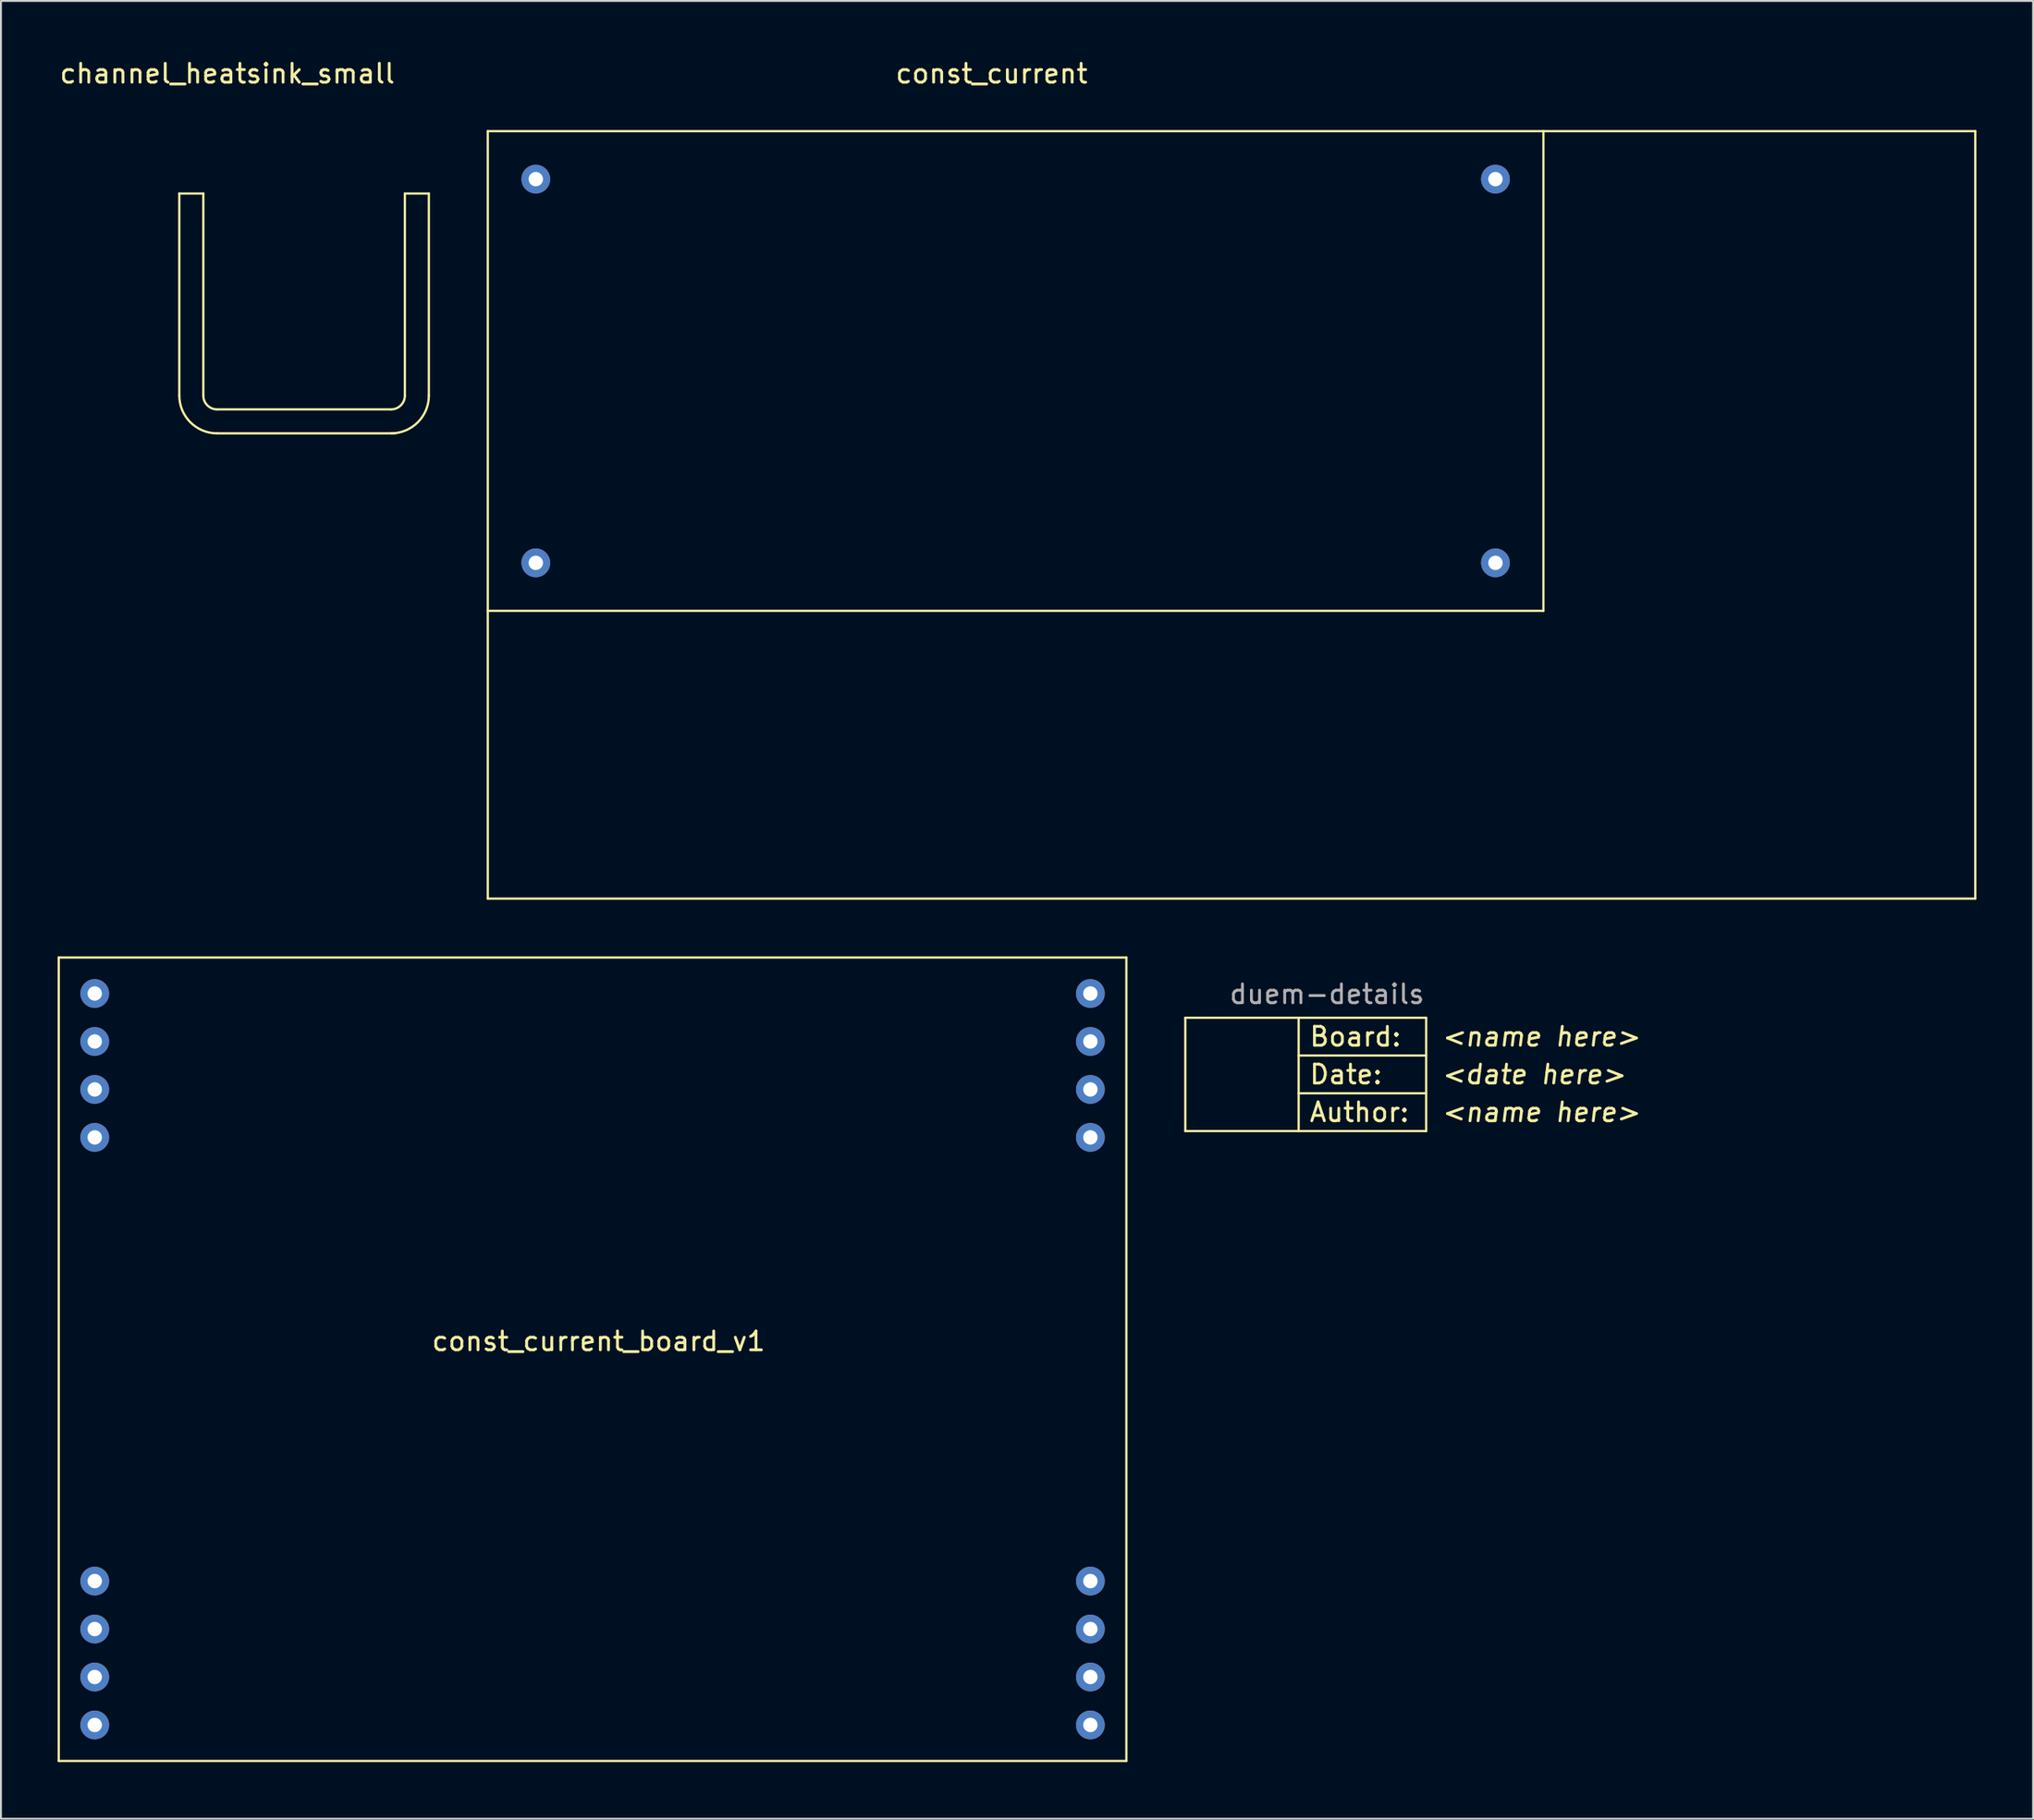
<source format=kicad_pcb>
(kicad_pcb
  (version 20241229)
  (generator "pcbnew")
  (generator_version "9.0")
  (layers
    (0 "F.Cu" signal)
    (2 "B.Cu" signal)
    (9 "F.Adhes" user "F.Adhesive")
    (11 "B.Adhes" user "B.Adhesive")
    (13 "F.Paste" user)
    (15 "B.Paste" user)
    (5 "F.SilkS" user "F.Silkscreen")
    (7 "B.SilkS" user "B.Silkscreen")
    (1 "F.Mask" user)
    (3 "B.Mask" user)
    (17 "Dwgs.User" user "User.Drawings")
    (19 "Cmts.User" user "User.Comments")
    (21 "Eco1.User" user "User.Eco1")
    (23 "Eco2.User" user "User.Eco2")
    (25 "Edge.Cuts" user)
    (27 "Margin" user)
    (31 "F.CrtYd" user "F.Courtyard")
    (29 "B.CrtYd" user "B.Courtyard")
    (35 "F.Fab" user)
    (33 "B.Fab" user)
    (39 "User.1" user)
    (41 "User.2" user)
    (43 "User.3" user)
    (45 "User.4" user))
  (footprint "channel_heatsink_small"
    (layer "F.Cu")
    (at 6.442 19.898)
    (property "Reference" "channel_heatsink_small" (at 2.54 -19.05 0) (layer "F.SilkS") (effects (font (size 1 1) (thickness 0.15))))
    (attr through_hole)
    (fp_line (start 0 -12.7) (end 1.27 -12.7) (stroke (width 0.12) (type solid)) (layer "F.SilkS"))
    (fp_line (start 0 -2) (end 0 -12.7) (stroke (width 0.12) (type solid)) (layer "F.SilkS"))
    (fp_line (start 1.27 -2) (end 1.27 -12.7) (stroke (width 0.12) (type solid)) (layer "F.SilkS"))
    (fp_line (start 2 -1.27) (end 11.21 -1.27) (stroke (width 0.12) (type solid)) (layer "F.SilkS"))
    (fp_line (start 2 0) (end 11.43 0) (stroke (width 0.12) (type solid)) (layer "F.SilkS"))
    (fp_line (start 11.94 -12.7) (end 13.21 -12.7) (stroke (width 0.12) (type solid)) (layer "F.SilkS"))
    (fp_line (start 11.94 -2) (end 11.94 -12.7) (stroke (width 0.12) (type solid)) (layer "F.SilkS"))
    (fp_line (start 13.21 -2) (end 13.21 -12.7) (stroke (width 0.12) (type solid)) (layer "F.SilkS"))
    (fp_arc (start 2 -1.27) (mid 1.483812 -1.483812) (end 1.27 -2) (stroke (width 0.12) (type solid)) (layer "F.SilkS"))
    (fp_arc (start 2 0) (mid 0.585786 -0.585786) (end 0 -2) (stroke (width 0.12) (type solid)) (layer "F.SilkS"))
    (fp_arc (start 11.94 -2) (mid 11.726188 -1.483812) (end 11.21 -1.27) (stroke (width 0.12) (type solid)) (layer "F.SilkS"))
    (fp_arc (start 13.21 -2) (mid 12.624214 -0.585786) (end 11.21 0) (stroke (width 0.12) (type solid)) (layer "F.SilkS")))
  (footprint "duem-details"
    (layer "F.Cu")
    (at 65.945 47.846)
    (property "Reference" "duem-details" (at 1.25 1.75 0) (layer "F.Fab") (effects (font (size 1 1) (thickness 0.15))))
    (attr through_hole)
    (fp_line (start -6.25 3) (end -6.25 9) (stroke (width 0.12) (type solid)) (layer "F.SilkS"))
    (fp_line (start -6.25 9) (end -0.25 9) (stroke (width 0.12) (type solid)) (layer "F.SilkS"))
    (fp_line (start -0.25 3) (end -6.25 3) (stroke (width 0.12) (type solid)) (layer "F.SilkS"))
    (fp_line (start -0.25 3) (end -0.25 9) (stroke (width 0.12) (type solid)) (layer "F.SilkS"))
    (fp_line (start -0.25 5) (end 6.5 5) (stroke (width 0.12) (type solid)) (layer "F.SilkS"))
    (fp_line (start -0.25 7) (end 6.5 7) (stroke (width 0.12) (type solid)) (layer "F.SilkS"))
    (fp_line (start -0.25 9) (end 6.5 9) (stroke (width 0.12) (type solid)) (layer "F.SilkS"))
    (fp_line (start 6.5 3) (end -0.25 3) (stroke (width 0.12) (type solid)) (layer "F.SilkS"))
    (fp_line (start 6.5 3) (end 6.5 9) (stroke (width 0.12) (type solid)) (layer "F.SilkS"))
    (fp_text user "Author:" (at 0.25 8 0) (layer "F.SilkS") (effects (font (size 1 1) (thickness 0.15)) (justify left)))
    (fp_text user "<name here>" (at 7.25 8 0) (layer "F.SilkS") (effects (font (size 1 1) (thickness 0.15) (italic yes)) (justify left)))
    (fp_text user "<name here>" (at 7.25 4 0) (layer "F.SilkS") (effects (font (size 1 1) (thickness 0.15) (italic yes)) (justify left)))
    (fp_text user "<date here>" (at 7.25 6 0) (layer "F.SilkS") (effects (font (size 1 1) (thickness 0.15) (italic yes)) (justify left)))
    (fp_text user "Board:" (at 0.25 4 0) (layer "F.SilkS") (effects (font (size 1 1) (thickness 0.15)) (justify left)))
    (fp_text user "Date:" (at 0.25 6 0) (layer "F.SilkS") (effects (font (size 1 1) (thickness 0.15)) (justify left))))
  (footprint "const_current"
    (layer "F.Cu")
    (at 50.712 16.596)
    (property "Reference" "const_current" (at -1.27 -15.748 0) (layer "F.SilkS") (effects (font (size 1 1) (thickness 0.15))))
    (attr through_hole)
    (fp_line (start -27.94 -12.7) (end 27.94 -12.7) (stroke (width 0.12) (type solid)) (layer "F.SilkS"))
    (fp_line (start -27.94 12.7) (end -27.94 -12.7) (stroke (width 0.12) (type solid)) (layer "F.SilkS"))
    (fp_line (start -27.94 27.94) (end -27.94 12.7) (stroke (width 0.12) (type solid)) (layer "F.SilkS"))
    (fp_line (start 27.94 -12.7) (end 27.94 12.7) (stroke (width 0.12) (type solid)) (layer "F.SilkS"))
    (fp_line (start 27.94 -12.7) (end 50.8 -12.7) (stroke (width 0.12) (type solid)) (layer "F.SilkS"))
    (fp_line (start 27.94 12.7) (end -27.94 12.7) (stroke (width 0.12) (type solid)) (layer "F.SilkS"))
    (fp_line (start 50.8 -12.7) (end 50.8 27.94) (stroke (width 0.12) (type solid)) (layer "F.SilkS"))
    (fp_line (start 50.8 27.94) (end -27.94 27.94) (stroke (width 0.12) (type solid)) (layer "F.SilkS"))
    (pad "1" thru_hole circle (at -25.4 -10.16) (size 1.524 1.524) (drill 0.762) (layers "*.Cu" "*.Mask"))
    (pad "2" thru_hole circle (at -25.4 10.16) (size 1.524 1.524) (drill 0.762) (layers "*.Cu" "*.Mask"))
    (pad "3" thru_hole circle (at 25.4 -10.16) (size 1.524 1.524) (drill 0.762) (layers "*.Cu" "*.Mask"))
    (pad "4" thru_hole circle (at 25.4 10.16) (size 1.524 1.524) (drill 0.762) (layers "*.Cu" "*.Mask")))
  (footprint "const_current_board_v1"
    (layer "F.Cu")
    (at 1.965 49.561)
    (property "Reference" "const_current_board_v1" (at 26.67 18.415 0) (layer "F.SilkS") (effects (font (size 1 1) (thickness 0.15))))
    (attr through_hole)
    (fp_line (start -1.905 -1.905) (end 54.61 -1.905) (stroke (width 0.12) (type solid)) (layer "F.SilkS"))
    (fp_line (start -1.905 40.64) (end -1.905 -1.905) (stroke (width 0.12) (type solid)) (layer "F.SilkS"))
    (fp_line (start 54.61 -1.905) (end 54.61 40.64) (stroke (width 0.12) (type solid)) (layer "F.SilkS"))
    (fp_line (start 54.61 40.64) (end -1.905 40.64) (stroke (width 0.12) (type solid)) (layer "F.SilkS"))
    (pad "1" thru_hole circle (at 0 31.115) (size 1.524 1.524) (drill 0.762) (layers "*.Cu" "*.Mask"))
    (pad "1" thru_hole circle (at 0 33.655) (size 1.524 1.524) (drill 0.762) (layers "*.Cu" "*.Mask"))
    (pad "1" thru_hole circle (at 0 36.195) (size 1.524 1.524) (drill 0.762) (layers "*.Cu" "*.Mask"))
    (pad "1" thru_hole circle (at 0 38.735) (size 1.524 1.524) (drill 0.762) (layers "*.Cu" "*.Mask"))
    (pad "2" thru_hole circle (at 52.705 0) (size 1.524 1.524) (drill 0.762) (layers "*.Cu" "*.Mask"))
    (pad "2" thru_hole circle (at 52.705 2.54) (size 1.524 1.524) (drill 0.762) (layers "*.Cu" "*.Mask"))
    (pad "2" thru_hole circle (at 52.705 5.08) (size 1.524 1.524) (drill 0.762) (layers "*.Cu" "*.Mask"))
    (pad "2" thru_hole circle (at 52.705 7.62) (size 1.524 1.524) (drill 0.762) (layers "*.Cu" "*.Mask"))
    (pad "3" thru_hole circle (at 52.705 31.115) (size 1.524 1.524) (drill 0.762) (layers "*.Cu" "*.Mask"))
    (pad "3" thru_hole circle (at 52.705 33.655) (size 1.524 1.524) (drill 0.762) (layers "*.Cu" "*.Mask"))
    (pad "3" thru_hole circle (at 52.705 36.195) (size 1.524 1.524) (drill 0.762) (layers "*.Cu" "*.Mask"))
    (pad "3" thru_hole circle (at 52.705 38.735) (size 1.524 1.524) (drill 0.762) (layers "*.Cu" "*.Mask"))
    (pad "4" thru_hole circle (at 0 0) (size 1.524 1.524) (drill 0.762) (layers "*.Cu" "*.Mask"))
    (pad "4" thru_hole circle (at 0 2.54) (size 1.524 1.524) (drill 0.762) (layers "*.Cu" "*.Mask"))
    (pad "4" thru_hole circle (at 0 5.08) (size 1.524 1.524) (drill 0.762) (layers "*.Cu" "*.Mask"))
    (pad "4" thru_hole circle (at 0 7.62) (size 1.524 1.524) (drill 0.762) (layers "*.Cu" "*.Mask")))
  (gr_rect
    (start -3 -3)
    (end 104.572 93.261)
    (stroke (width 0.1) (type default))
    (fill no)
    (layer "Edge.Cuts")))
</source>
